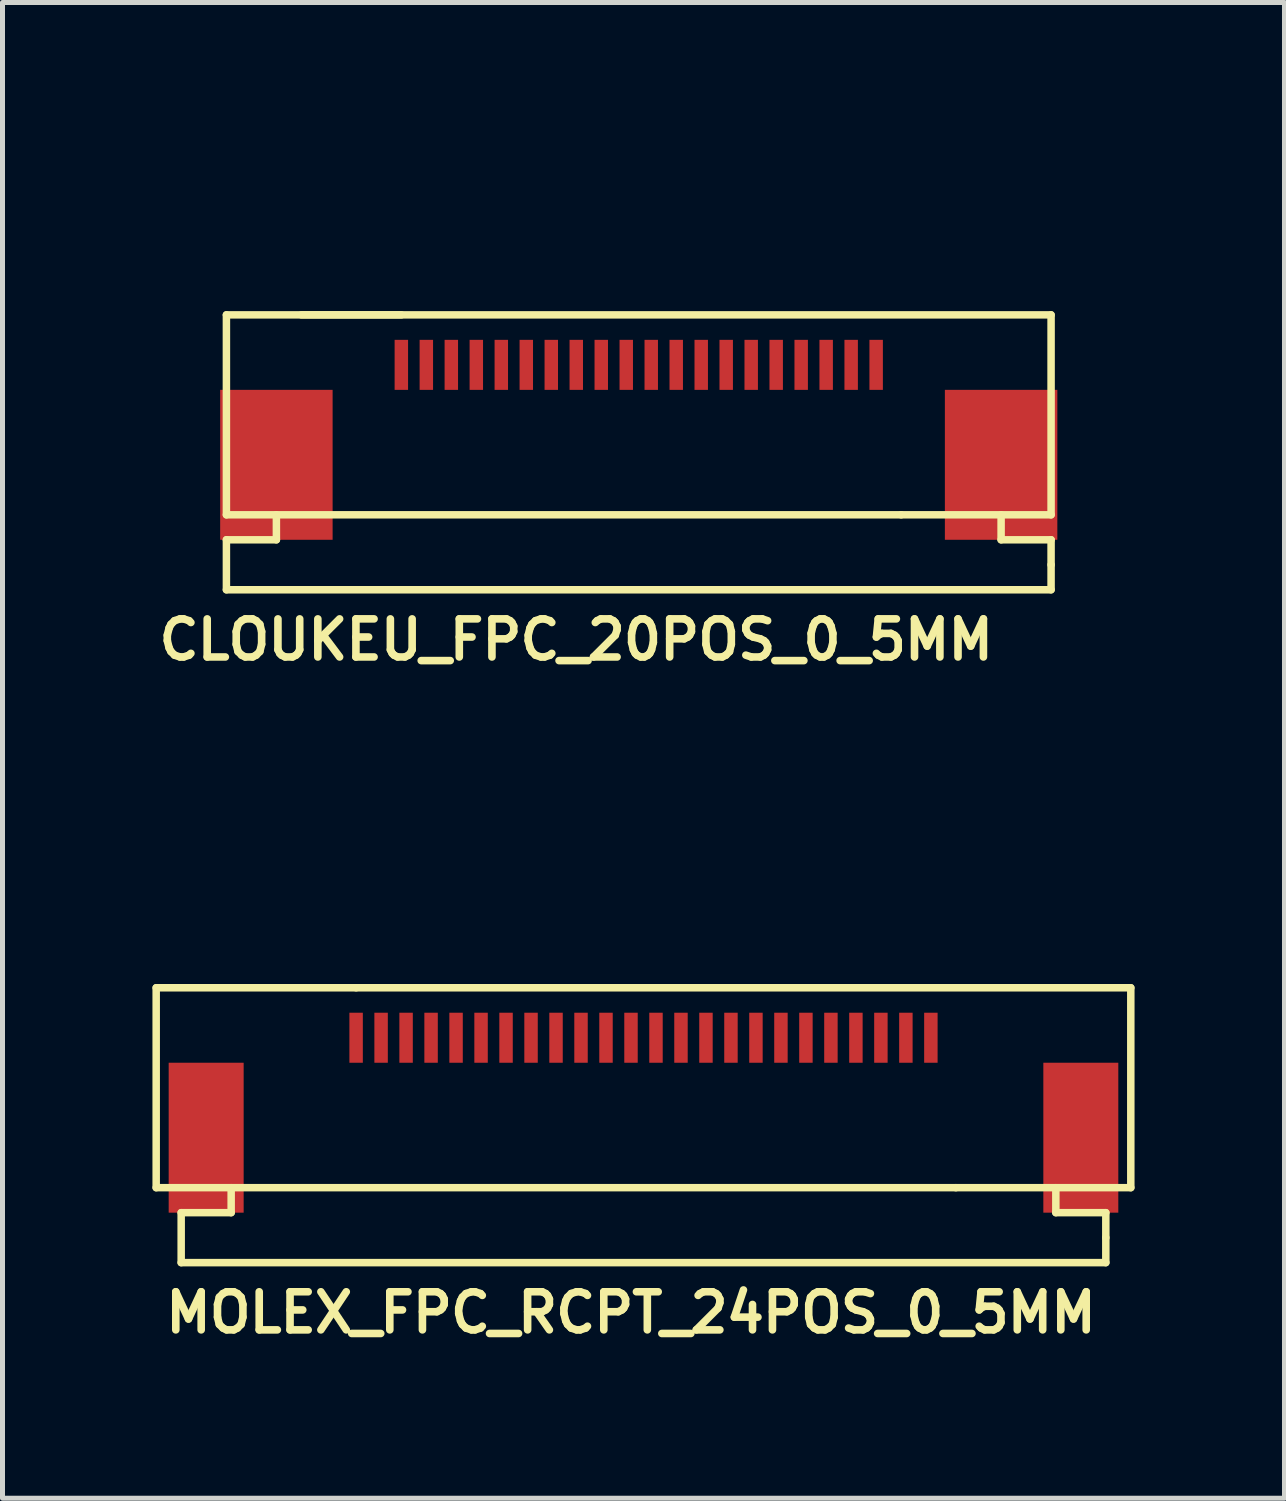
<source format=kicad_pcb>
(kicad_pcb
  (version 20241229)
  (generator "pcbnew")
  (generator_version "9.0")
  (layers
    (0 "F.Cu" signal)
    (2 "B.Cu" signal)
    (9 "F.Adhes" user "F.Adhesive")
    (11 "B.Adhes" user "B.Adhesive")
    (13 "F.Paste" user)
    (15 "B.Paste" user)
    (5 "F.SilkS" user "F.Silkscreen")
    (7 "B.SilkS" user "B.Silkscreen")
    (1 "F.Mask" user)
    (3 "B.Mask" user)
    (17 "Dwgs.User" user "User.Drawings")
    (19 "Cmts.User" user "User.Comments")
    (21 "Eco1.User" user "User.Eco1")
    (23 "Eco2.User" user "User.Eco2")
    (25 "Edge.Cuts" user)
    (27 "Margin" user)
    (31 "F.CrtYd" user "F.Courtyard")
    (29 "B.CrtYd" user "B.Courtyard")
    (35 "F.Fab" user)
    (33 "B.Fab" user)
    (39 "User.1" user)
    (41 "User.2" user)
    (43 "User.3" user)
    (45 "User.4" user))
  (footprint "MOLEX_FPC_RCPT_24POS_0_5MM"
    (layer "F.Cu")
    (at 5.575 13.713)
    (property "Reference" "MOLEX_FPC_RCPT_24POS_0_5MM" (at 4 9.5 0) (layer "F.SilkS") (effects (font (size 0.762 0.762) (thickness 0.152))))
    (attr smd)
    (fp_line (start -5.5 3) (end -5.5 7) (stroke (width 0.15) (type solid)) (layer "F.SilkS"))
    (fp_line (start -5.5 7) (end 10.5 7) (stroke (width 0.15) (type solid)) (layer "F.SilkS"))
    (fp_line (start -5 7.5) (end -5 8.5) (stroke (width 0.15) (type solid)) (layer "F.SilkS"))
    (fp_line (start -5 8.5) (end 13.5 8.5) (stroke (width 0.15) (type solid)) (layer "F.SilkS"))
    (fp_line (start -4 7) (end -4 7.5) (stroke (width 0.15) (type solid)) (layer "F.SilkS"))
    (fp_line (start -4 7.5) (end -5 7.5) (stroke (width 0.15) (type solid)) (layer "F.SilkS"))
    (fp_line (start -1.5 3) (end -5.5 3) (stroke (width 0.15) (type solid)) (layer "F.SilkS"))
    (fp_line (start -1.5 3) (end 14 3) (stroke (width 0.15) (type solid)) (layer "F.SilkS"))
    (fp_line (start 12.5 7.5) (end 12.5 7) (stroke (width 0.15) (type solid)) (layer "F.SilkS"))
    (fp_line (start 13.5 7.5) (end 12.5 7.5) (stroke (width 0.15) (type solid)) (layer "F.SilkS"))
    (fp_line (start 13.5 8) (end 13.5 7.5) (stroke (width 0.15) (type solid)) (layer "F.SilkS"))
    (fp_line (start 13.5 8.5) (end 13.5 8) (stroke (width 0.15) (type solid)) (layer "F.SilkS"))
    (fp_line (start 14 3) (end 14 7) (stroke (width 0.15) (type solid)) (layer "F.SilkS"))
    (fp_line (start 14 7) (end 10.5 7) (stroke (width 0.15) (type solid)) (layer "F.SilkS"))
    (pad "1" smd rect (at 10 4 180) (size 0.269 1.001) (layers "F.Cu" "F.Mask" "F.Paste"))
    (pad "2" smd rect (at 9.5 4 180) (size 0.269 1.001) (layers "F.Cu" "F.Mask" "F.Paste"))
    (pad "3" smd rect (at 9 4 180) (size 0.269 1.001) (layers "F.Cu" "F.Mask" "F.Paste"))
    (pad "4" smd rect (at 8.5 4 180) (size 0.269 1.001) (layers "F.Cu" "F.Mask" "F.Paste"))
    (pad "5" smd rect (at 8 4 180) (size 0.269 1.001) (layers "F.Cu" "F.Mask" "F.Paste"))
    (pad "6" smd rect (at 7.5 4 180) (size 0.269 1.001) (layers "F.Cu" "F.Mask" "F.Paste"))
    (pad "7" smd rect (at 7 4 180) (size 0.269 1.001) (layers "F.Cu" "F.Mask" "F.Paste"))
    (pad "8" smd rect (at 6.5 4 180) (size 0.269 1.001) (layers "F.Cu" "F.Mask" "F.Paste"))
    (pad "9" smd rect (at 6 4 180) (size 0.269 1.001) (layers "F.Cu" "F.Mask" "F.Paste"))
    (pad "10" smd rect (at 5.5 4 180) (size 0.269 1.001) (layers "F.Cu" "F.Mask" "F.Paste"))
    (pad "11" smd rect (at 5 4 180) (size 0.269 1.001) (layers "F.Cu" "F.Mask" "F.Paste"))
    (pad "12" smd rect (at 4.5 4 180) (size 0.269 1.001) (layers "F.Cu" "F.Mask" "F.Paste"))
    (pad "13" smd rect (at 4 4 180) (size 0.269 1.001) (layers "F.Cu" "F.Mask" "F.Paste"))
    (pad "14" smd rect (at 3.5 4 180) (size 0.269 1.001) (layers "F.Cu" "F.Mask" "F.Paste"))
    (pad "15" smd rect (at 3 4 180) (size 0.269 1.001) (layers "F.Cu" "F.Mask" "F.Paste"))
    (pad "16" smd rect (at 2.5 4 180) (size 0.269 1.001) (layers "F.Cu" "F.Mask" "F.Paste"))
    (pad "17" smd rect (at 2 4 180) (size 0.269 1.001) (layers "F.Cu" "F.Mask" "F.Paste"))
    (pad "18" smd rect (at 1.5 4 180) (size 0.269 1.001) (layers "F.Cu" "F.Mask" "F.Paste"))
    (pad "19" smd rect (at 1 4 180) (size 0.269 1.001) (layers "F.Cu" "F.Mask" "F.Paste"))
    (pad "20" smd rect (at 0.5 4 180) (size 0.269 1.001) (layers "F.Cu" "F.Mask" "F.Paste"))
    (pad "21" smd rect (at 0 4 180) (size 0.269 1.001) (layers "F.Cu" "F.Mask" "F.Paste"))
    (pad "22" smd rect (at -0.5 4 180) (size 0.269 1.001) (layers "F.Cu" "F.Mask" "F.Paste"))
    (pad "23" smd rect (at -1 4 180) (size 0.269 1.001) (layers "F.Cu" "F.Mask" "F.Paste"))
    (pad "24" smd rect (at -1.5 4 180) (size 0.269 1.001) (layers "F.Cu" "F.Mask" "F.Paste"))
    (pad "M1" smd rect (at -4.5 6) (size 1.5 3) (layers "F.Cu" "F.Mask" "F.Paste"))
    (pad "M2" smd rect (at 13 6) (size 1.5 3) (layers "F.Cu" "F.Mask" "F.Paste")))
  (footprint "CLOUKEU_FPC_20POS_0_5MM"
    (layer "F.Cu")
    (at 4.48 0.25)
    (property "Reference" "CLOUKEU_FPC_20POS_0_5MM" (at 4 9.5 0) (layer "F.SilkS") (effects (font (size 0.762 0.762) (thickness 0.152))))
    (attr smd)
    (fp_line (start -3 3) (end -3 7) (stroke (width 0.15) (type solid)) (layer "F.SilkS"))
    (fp_line (start -3 7) (end 10.5 7) (stroke (width 0.15) (type solid)) (layer "F.SilkS"))
    (fp_line (start -3 7.5) (end -3 8.5) (stroke (width 0.15) (type solid)) (layer "F.SilkS"))
    (fp_line (start -3 8.5) (end 13.5 8.5) (stroke (width 0.15) (type solid)) (layer "F.SilkS"))
    (fp_line (start -2 7) (end -2 7.5) (stroke (width 0.15) (type solid)) (layer "F.SilkS"))
    (fp_line (start -2 7.5) (end -3 7.5) (stroke (width 0.15) (type solid)) (layer "F.SilkS"))
    (fp_line (start -1.5 3) (end 13.5 3) (stroke (width 0.15) (type solid)) (layer "F.SilkS"))
    (fp_line (start 0.5 3) (end -3 3) (stroke (width 0.15) (type solid)) (layer "F.SilkS"))
    (fp_line (start 12.5 7.5) (end 12.5 7) (stroke (width 0.15) (type solid)) (layer "F.SilkS"))
    (fp_line (start 13.5 3) (end 13.5 7) (stroke (width 0.15) (type solid)) (layer "F.SilkS"))
    (fp_line (start 13.5 7) (end 10.5 7) (stroke (width 0.15) (type solid)) (layer "F.SilkS"))
    (fp_line (start 13.5 7.5) (end 12.5 7.5) (stroke (width 0.15) (type solid)) (layer "F.SilkS"))
    (fp_line (start 13.5 8) (end 13.5 7.5) (stroke (width 0.15) (type solid)) (layer "F.SilkS"))
    (fp_line (start 13.5 8.5) (end 13.5 8) (stroke (width 0.15) (type solid)) (layer "F.SilkS"))
    (pad "1" smd rect (at 10 4 180) (size 0.269 1.001) (layers "F.Cu" "F.Mask" "F.Paste"))
    (pad "2" smd rect (at 9.5 4 180) (size 0.269 1.001) (layers "F.Cu" "F.Mask" "F.Paste"))
    (pad "3" smd rect (at 9 4 180) (size 0.269 1.001) (layers "F.Cu" "F.Mask" "F.Paste"))
    (pad "4" smd rect (at 8.5 4 180) (size 0.269 1.001) (layers "F.Cu" "F.Mask" "F.Paste"))
    (pad "5" smd rect (at 8 4 180) (size 0.269 1.001) (layers "F.Cu" "F.Mask" "F.Paste"))
    (pad "6" smd rect (at 7.5 4 180) (size 0.269 1.001) (layers "F.Cu" "F.Mask" "F.Paste"))
    (pad "7" smd rect (at 7 4 180) (size 0.269 1.001) (layers "F.Cu" "F.Mask" "F.Paste"))
    (pad "8" smd rect (at 6.5 4 180) (size 0.269 1.001) (layers "F.Cu" "F.Mask" "F.Paste"))
    (pad "9" smd rect (at 6 4 180) (size 0.269 1.001) (layers "F.Cu" "F.Mask" "F.Paste"))
    (pad "10" smd rect (at 5.5 4 180) (size 0.269 1.001) (layers "F.Cu" "F.Mask" "F.Paste"))
    (pad "11" smd rect (at 5 4 180) (size 0.269 1.001) (layers "F.Cu" "F.Mask" "F.Paste"))
    (pad "12" smd rect (at 4.5 4 180) (size 0.269 1.001) (layers "F.Cu" "F.Mask" "F.Paste"))
    (pad "13" smd rect (at 4 4 180) (size 0.269 1.001) (layers "F.Cu" "F.Mask" "F.Paste"))
    (pad "14" smd rect (at 3.5 4 180) (size 0.269 1.001) (layers "F.Cu" "F.Mask" "F.Paste"))
    (pad "15" smd rect (at 3 4 180) (size 0.269 1.001) (layers "F.Cu" "F.Mask" "F.Paste"))
    (pad "16" smd rect (at 2.5 4 180) (size 0.269 1.001) (layers "F.Cu" "F.Mask" "F.Paste"))
    (pad "17" smd rect (at 2 4 180) (size 0.269 1.001) (layers "F.Cu" "F.Mask" "F.Paste"))
    (pad "18" smd rect (at 1.5 4 180) (size 0.269 1.001) (layers "F.Cu" "F.Mask" "F.Paste"))
    (pad "19" smd rect (at 1 4 180) (size 0.269 1.001) (layers "F.Cu" "F.Mask" "F.Paste"))
    (pad "20" smd rect (at 0.5 4 180) (size 0.269 1.001) (layers "F.Cu" "F.Mask" "F.Paste"))
    (pad "M1" smd rect (at -2 6) (size 2.25 3) (layers "F.Cu" "F.Mask" "F.Paste"))
    (pad "M2" smd rect (at 12.5 6) (size 2.25 3) (layers "F.Cu" "F.Mask" "F.Paste")))
  (gr_rect
    (start -3 -3)
    (end 22.65 26.926)
    (stroke (width 0.1) (type default))
    (fill no)
    (layer "Edge.Cuts")))
</source>
